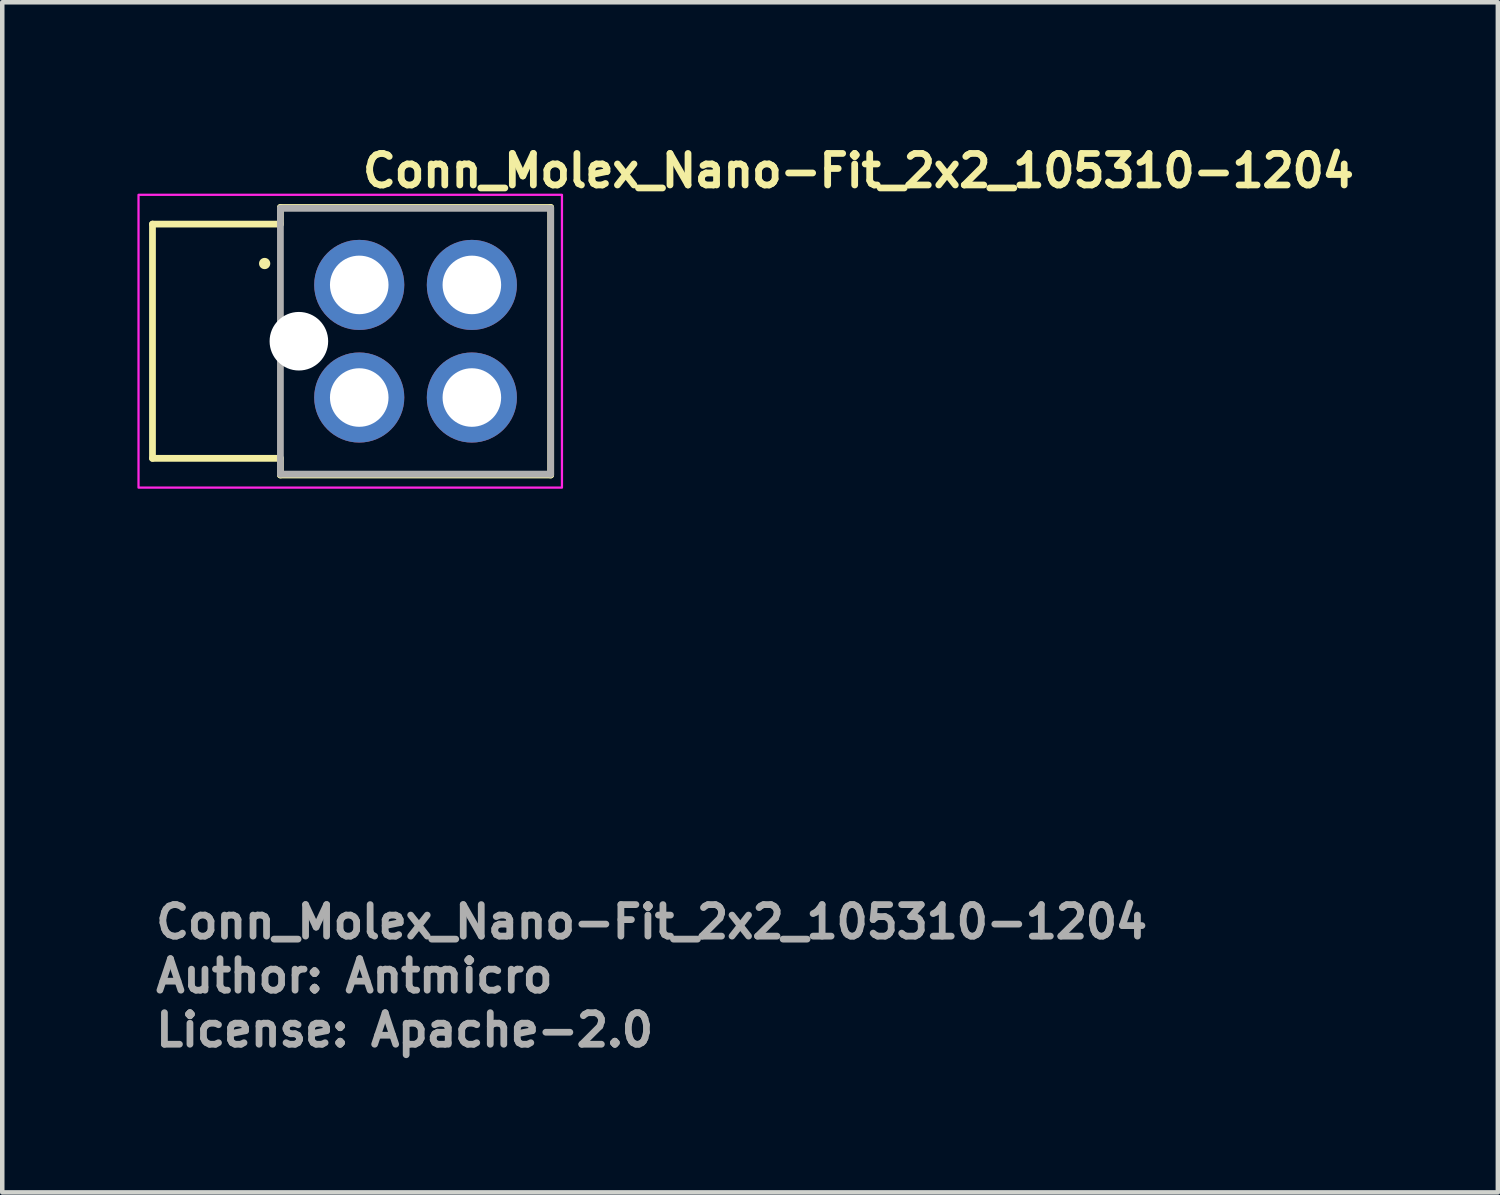
<source format=kicad_pcb>
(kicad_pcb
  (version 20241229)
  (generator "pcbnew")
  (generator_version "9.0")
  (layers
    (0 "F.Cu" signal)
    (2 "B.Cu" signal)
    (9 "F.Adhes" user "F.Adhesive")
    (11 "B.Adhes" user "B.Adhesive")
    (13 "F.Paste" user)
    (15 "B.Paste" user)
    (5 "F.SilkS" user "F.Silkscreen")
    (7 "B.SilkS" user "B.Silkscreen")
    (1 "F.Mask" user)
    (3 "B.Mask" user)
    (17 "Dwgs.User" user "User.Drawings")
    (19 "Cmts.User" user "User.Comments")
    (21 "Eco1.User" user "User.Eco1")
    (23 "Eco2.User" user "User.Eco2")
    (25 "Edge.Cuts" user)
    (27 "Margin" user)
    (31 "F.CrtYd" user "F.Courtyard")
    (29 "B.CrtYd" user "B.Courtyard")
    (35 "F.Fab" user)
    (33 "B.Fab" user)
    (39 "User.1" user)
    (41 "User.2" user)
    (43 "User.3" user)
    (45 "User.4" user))
  (footprint "Conn_Molex_Nano-Fit_2x2_105310-1204"
    (layer "F.Cu")
    (at 4.925 3.275)
    (property "Reference" "Conn_Molex_Nano-Fit_2x2_105310-1204" (at 0 -2.125 0) (layer "F.SilkS") (effects (font (size 0.7 0.7) (thickness 0.15)) (justify left bottom)))
    (attr through_hole)
    (fp_line (start -4.59 -1.35) (end -4.59 3.85) (stroke (width 0.15) (type solid)) (layer "F.SilkS"))
    (fp_line (start -4.59 -1.35) (end -1.75 -1.35) (stroke (width 0.15) (type solid)) (layer "F.SilkS"))
    (fp_line (start -4.59 3.85) (end -1.75 3.85) (stroke (width 0.15) (type solid)) (layer "F.SilkS"))
    (fp_line (start -1.75 -1.72) (end -1.75 -1.35) (stroke (width 0.15) (type solid)) (layer "F.SilkS"))
    (fp_line (start -1.75 4.22) (end -1.75 3.85) (stroke (width 0.15) (type solid)) (layer "F.SilkS"))
    (fp_line (start 4.25 -1.72) (end -1.75 -1.72) (stroke (width 0.15) (type solid)) (layer "F.SilkS"))
    (fp_line (start 4.25 -1.72) (end 4.25 4.22) (stroke (width 0.15) (type solid)) (layer "F.SilkS"))
    (fp_line (start 4.25 4.22) (end -1.75 4.22) (stroke (width 0.15) (type solid)) (layer "F.SilkS"))
    (fp_circle (center -2.1 -0.475) (end -2.05 -0.475) (stroke (width 0.15) (type solid)) (fill yes) (layer "F.SilkS"))
    (fp_rect (start 4.5 4.5) (end -4.9 -2) (stroke (width 0.05) (type solid)) (fill no) (layer "F.CrtYd"))
    (fp_line (start -1.75 -1.7) (end 4.25 -1.7) (stroke (width 0.15) (type solid)) (layer "F.Fab"))
    (fp_line (start -1.75 4.2) (end -1.75 -1.7) (stroke (width 0.15) (type solid)) (layer "F.Fab"))
    (fp_line (start 4.25 -1.7) (end 4.25 4.2) (stroke (width 0.15) (type solid)) (layer "F.Fab"))
    (fp_line (start 4.25 4.2) (end -1.75 4.2) (stroke (width 0.15) (type solid)) (layer "F.Fab"))
    (fp_rect (start 4.22 4.225) (end -4.62 -1.715) (stroke (width 0.1) (type solid)) (fill no) (layer "User.5"))
    (fp_line (start -4.62 3.654) (end -4.62 -1.145) (stroke (width 0.02) (type solid)) (layer "User.9"))
    (fp_line (start -4.62 3.654) (end -4.619 3.665) (stroke (width 0.02) (type solid)) (layer "User.9"))
    (fp_line (start -4.619 -1.155) (end -4.62 -1.145) (stroke (width 0.02) (type solid)) (layer "User.9"))
    (fp_line (start -4.619 3.665) (end -4.618 3.675) (stroke (width 0.02) (type solid)) (layer "User.9"))
    (fp_line (start -4.618 -1.165) (end -4.619 -1.155) (stroke (width 0.02) (type solid)) (layer "User.9"))
    (fp_line (start -4.618 3.675) (end -4.617 3.685) (stroke (width 0.02) (type solid)) (layer "User.9"))
    (fp_line (start -4.617 -1.175) (end -4.618 -1.165) (stroke (width 0.02) (type solid)) (layer "User.9"))
    (fp_line (start -4.617 3.685) (end -4.615 3.695) (stroke (width 0.02) (type solid)) (layer "User.9"))
    (fp_line (start -4.615 -1.185) (end -4.617 -1.175) (stroke (width 0.02) (type solid)) (layer "User.9"))
    (fp_line (start -4.615 3.695) (end -4.613 3.704) (stroke (width 0.02) (type solid)) (layer "User.9"))
    (fp_line (start -4.613 -1.194) (end -4.615 -1.185) (stroke (width 0.02) (type solid)) (layer "User.9"))
    (fp_line (start -4.613 3.704) (end -4.611 3.714) (stroke (width 0.02) (type solid)) (layer "User.9"))
    (fp_line (start -4.611 -1.204) (end -4.613 -1.194) (stroke (width 0.02) (type solid)) (layer "User.9"))
    (fp_line (start -4.611 3.714) (end -4.607 3.723) (stroke (width 0.02) (type solid)) (layer "User.9"))
    (fp_line (start -4.607 -1.213) (end -4.611 -1.204) (stroke (width 0.02) (type solid)) (layer "User.9"))
    (fp_line (start -4.607 3.723) (end -4.604 3.732) (stroke (width 0.02) (type solid)) (layer "User.9"))
    (fp_line (start -4.604 -1.222) (end -4.607 -1.213) (stroke (width 0.02) (type solid)) (layer "User.9"))
    (fp_line (start -4.604 3.732) (end -4.6 3.741) (stroke (width 0.02) (type solid)) (layer "User.9"))
    (fp_line (start -4.6 -1.231) (end -4.604 -1.222) (stroke (width 0.02) (type solid)) (layer "User.9"))
    (fp_line (start -4.6 3.741) (end -4.595 3.75) (stroke (width 0.02) (type solid)) (layer "User.9"))
    (fp_line (start -4.595 -1.24) (end -4.6 -1.231) (stroke (width 0.02) (type solid)) (layer "User.9"))
    (fp_line (start -4.595 3.75) (end -4.591 3.758) (stroke (width 0.02) (type solid)) (layer "User.9"))
    (fp_line (start -4.591 -1.248) (end -4.595 -1.24) (stroke (width 0.02) (type solid)) (layer "User.9"))
    (fp_line (start -4.591 3.758) (end -4.585 3.766) (stroke (width 0.02) (type solid)) (layer "User.9"))
    (fp_line (start -4.585 -1.256) (end -4.591 -1.248) (stroke (width 0.02) (type solid)) (layer "User.9"))
    (fp_line (start -4.585 3.766) (end -4.58 3.774) (stroke (width 0.02) (type solid)) (layer "User.9"))
    (fp_line (start -4.58 -1.264) (end -4.585 -1.256) (stroke (width 0.02) (type solid)) (layer "User.9"))
    (fp_line (start -4.58 3.774) (end -4.574 3.782) (stroke (width 0.02) (type solid)) (layer "User.9"))
    (fp_line (start -4.574 -1.272) (end -4.58 -1.264) (stroke (width 0.02) (type solid)) (layer "User.9"))
    (fp_line (start -4.574 3.782) (end -4.568 3.789) (stroke (width 0.02) (type solid)) (layer "User.9"))
    (fp_line (start -4.568 -1.279) (end -4.574 -1.272) (stroke (width 0.02) (type solid)) (layer "User.9"))
    (fp_line (start -4.568 3.789) (end -4.561 3.796) (stroke (width 0.02) (type solid)) (layer "User.9"))
    (fp_line (start -4.561 -1.286) (end -4.568 -1.279) (stroke (width 0.02) (type solid)) (layer "User.9"))
    (fp_line (start -4.561 3.796) (end -4.554 3.803) (stroke (width 0.02) (type solid)) (layer "User.9"))
    (fp_line (start -4.554 -1.293) (end -4.561 -1.286) (stroke (width 0.02) (type solid)) (layer "User.9"))
    (fp_line (start -4.554 3.803) (end -4.547 3.809) (stroke (width 0.02) (type solid)) (layer "User.9"))
    (fp_line (start -4.547 -1.299) (end -4.554 -1.293) (stroke (width 0.02) (type solid)) (layer "User.9"))
    (fp_line (start -4.547 3.809) (end -4.539 3.815) (stroke (width 0.02) (type solid)) (layer "User.9"))
    (fp_line (start -4.539 -1.305) (end -4.547 -1.299) (stroke (width 0.02) (type solid)) (layer "User.9"))
    (fp_line (start -4.539 3.815) (end -4.531 3.82) (stroke (width 0.02) (type solid)) (layer "User.9"))
    (fp_line (start -4.531 -1.31) (end -4.539 -1.305) (stroke (width 0.02) (type solid)) (layer "User.9"))
    (fp_line (start -4.531 3.82) (end -4.523 3.826) (stroke (width 0.02) (type solid)) (layer "User.9"))
    (fp_line (start -4.523 -1.316) (end -4.531 -1.31) (stroke (width 0.02) (type solid)) (layer "User.9"))
    (fp_line (start -4.523 3.826) (end -4.515 3.83) (stroke (width 0.02) (type solid)) (layer "User.9"))
    (fp_line (start -4.515 -1.32) (end -4.523 -1.316) (stroke (width 0.02) (type solid)) (layer "User.9"))
    (fp_line (start -4.515 3.83) (end -4.506 3.835) (stroke (width 0.02) (type solid)) (layer "User.9"))
    (fp_line (start -4.506 -1.325) (end -4.515 -1.32) (stroke (width 0.02) (type solid)) (layer "User.9"))
    (fp_line (start -4.506 3.835) (end -4.497 3.839) (stroke (width 0.02) (type solid)) (layer "User.9"))
    (fp_line (start -4.497 -1.329) (end -4.506 -1.325) (stroke (width 0.02) (type solid)) (layer "User.9"))
    (fp_line (start -4.497 3.839) (end -4.488 3.842) (stroke (width 0.02) (type solid)) (layer "User.9"))
    (fp_line (start -4.488 -1.332) (end -4.497 -1.329) (stroke (width 0.02) (type solid)) (layer "User.9"))
    (fp_line (start -4.488 3.842) (end -4.479 3.846) (stroke (width 0.02) (type solid)) (layer "User.9"))
    (fp_line (start -4.479 -1.336) (end -4.488 -1.332) (stroke (width 0.02) (type solid)) (layer "User.9"))
    (fp_line (start -4.479 3.846) (end -4.469 3.848) (stroke (width 0.02) (type solid)) (layer "User.9"))
    (fp_line (start -4.469 -1.338) (end -4.479 -1.336) (stroke (width 0.02) (type solid)) (layer "User.9"))
    (fp_line (start -4.469 3.848) (end -4.46 3.85) (stroke (width 0.02) (type solid)) (layer "User.9"))
    (fp_line (start -4.46 -1.34) (end -4.469 -1.338) (stroke (width 0.02) (type solid)) (layer "User.9"))
    (fp_line (start -4.46 3.85) (end -4.45 3.852) (stroke (width 0.02) (type solid)) (layer "User.9"))
    (fp_line (start -4.45 -1.342) (end -4.46 -1.34) (stroke (width 0.02) (type solid)) (layer "User.9"))
    (fp_line (start -4.45 3.852) (end -4.44 3.853) (stroke (width 0.02) (type solid)) (layer "User.9"))
    (fp_line (start -4.44 -1.343) (end -4.45 -1.342) (stroke (width 0.02) (type solid)) (layer "User.9"))
    (fp_line (start -4.44 3.853) (end -4.43 3.854) (stroke (width 0.02) (type solid)) (layer "User.9"))
    (fp_line (start -4.43 -1.344) (end -4.44 -1.343) (stroke (width 0.02) (type solid)) (layer "User.9"))
    (fp_line (start -4.43 3.854) (end -4.42 3.855) (stroke (width 0.02) (type solid)) (layer "User.9"))
    (fp_line (start -4.42 -1.345) (end -4.43 -1.344) (stroke (width 0.02) (type solid)) (layer "User.9"))
    (fp_line (start -4.42 -1.345) (end -4.05 -1.345) (stroke (width 0.02) (type solid)) (layer "User.9"))
    (fp_line (start -4.42 3.855) (end -4.05 3.855) (stroke (width 0.02) (type solid)) (layer "User.9"))
    (fp_line (start -4.05 -1.345) (end -2.59 -1.345) (stroke (width 0.02) (type solid)) (layer "User.9"))
    (fp_line (start -4.05 3.855) (end -4.05 -1.345) (stroke (width 0.02) (type solid)) (layer "User.9"))
    (fp_line (start -4.05 3.855) (end -2.59 3.855) (stroke (width 0.02) (type solid)) (layer "User.9"))
    (fp_line (start -3.769 -0.945) (end -3.769 3.455) (stroke (width 0.02) (type solid)) (layer "User.9"))
    (fp_line (start -2.59 -1.345) (end -1.76 -1.345) (stroke (width 0.02) (type solid)) (layer "User.9"))
    (fp_line (start -2.59 -0.945) (end -3.769 -0.945) (stroke (width 0.02) (type solid)) (layer "User.9"))
    (fp_line (start -2.59 -0.945) (end -2.59 -1.345) (stroke (width 0.02) (type solid)) (layer "User.9"))
    (fp_line (start -2.59 -0.945) (end -1.115 -0.945) (stroke (width 0.02) (type solid)) (layer "User.9"))
    (fp_line (start -2.59 3.455) (end -3.769 3.455) (stroke (width 0.02) (type solid)) (layer "User.9"))
    (fp_line (start -2.59 3.455) (end -1.115 3.455) (stroke (width 0.02) (type solid)) (layer "User.9"))
    (fp_line (start -2.59 3.855) (end -2.59 3.455) (stroke (width 0.02) (type solid)) (layer "User.9"))
    (fp_line (start -2.59 3.855) (end -1.76 3.855) (stroke (width 0.02) (type solid)) (layer "User.9"))
    (fp_line (start -1.76 -1.345) (end -1.76 -1.715) (stroke (width 0.02) (type solid)) (layer "User.9"))
    (fp_line (start -1.76 4.225) (end -1.76 3.855) (stroke (width 0.02) (type solid)) (layer "User.9"))
    (fp_line (start -1.39 -0.075) (end -1.115 -0.075) (stroke (width 0.02) (type solid)) (layer "User.9"))
    (fp_line (start -1.39 2.585) (end -1.39 -0.075) (stroke (width 0.02) (type solid)) (layer "User.9"))
    (fp_line (start -1.115 -1.105) (end -1.115 -0.945) (stroke (width 0.02) (type solid)) (layer "User.9"))
    (fp_line (start -1.115 -1.105) (end 3.575 -1.105) (stroke (width 0.02) (type solid)) (layer "User.9"))
    (fp_line (start -1.115 -0.075) (end -1.115 -0.945) (stroke (width 0.02) (type solid)) (layer "User.9"))
    (fp_line (start -1.115 -0.075) (end -1.115 1.115) (stroke (width 0.02) (type solid)) (layer "User.9"))
    (fp_line (start -1.115 1.115) (end 1.075 1.115) (stroke (width 0.02) (type solid)) (layer "User.9"))
    (fp_line (start -1.115 1.396) (end -1.115 2.585) (stroke (width 0.02) (type solid)) (layer "User.9"))
    (fp_line (start -1.115 2.585) (end -1.39 2.585) (stroke (width 0.02) (type solid)) (layer "User.9"))
    (fp_line (start -1.115 2.585) (end -1.115 3.455) (stroke (width 0.02) (type solid)) (layer "User.9"))
    (fp_line (start -1.115 3.455) (end -1.115 3.615) (stroke (width 0.02) (type solid)) (layer "User.9"))
    (fp_line (start -1.115 3.615) (end 1.075 3.615) (stroke (width 0.02) (type solid)) (layer "User.9"))
    (fp_line (start -0.337 -0.312) (end -0.337 0.323) (stroke (width 0.02) (type solid)) (layer "User.9"))
    (fp_line (start -0.337 -0.312) (end 0.298 -0.312) (stroke (width 0.02) (type solid)) (layer "User.9"))
    (fp_line (start -0.337 0.323) (end -0.187 0.173) (stroke (width 0.02) (type solid)) (layer "User.9"))
    (fp_line (start -0.337 2.188) (end -0.337 2.822) (stroke (width 0.02) (type solid)) (layer "User.9"))
    (fp_line (start -0.337 2.188) (end 0.298 2.188) (stroke (width 0.02) (type solid)) (layer "User.9"))
    (fp_line (start -0.337 2.822) (end -0.187 2.672) (stroke (width 0.02) (type solid)) (layer "User.9"))
    (fp_line (start -0.187 -0.162) (end -0.337 -0.312) (stroke (width 0.02) (type solid)) (layer "User.9"))
    (fp_line (start -0.187 -0.162) (end -0.187 0.173) (stroke (width 0.02) (type solid)) (layer "User.9"))
    (fp_line (start -0.187 -0.162) (end 0.148 -0.162) (stroke (width 0.02) (type solid)) (layer "User.9"))
    (fp_line (start -0.187 2.338) (end -0.337 2.188) (stroke (width 0.02) (type solid)) (layer "User.9"))
    (fp_line (start -0.187 2.338) (end -0.187 2.672) (stroke (width 0.02) (type solid)) (layer "User.9"))
    (fp_line (start -0.187 2.338) (end 0.148 2.338) (stroke (width 0.02) (type solid)) (layer "User.9"))
    (fp_line (start 0.148 -0.162) (end 0.148 0.173) (stroke (width 0.02) (type solid)) (layer "User.9"))
    (fp_line (start 0.148 0.173) (end -0.187 0.173) (stroke (width 0.02) (type solid)) (layer "User.9"))
    (fp_line (start 0.148 0.173) (end 0.298 0.323) (stroke (width 0.02) (type solid)) (layer "User.9"))
    (fp_line (start 0.148 2.338) (end 0.148 2.672) (stroke (width 0.02) (type solid)) (layer "User.9"))
    (fp_line (start 0.148 2.672) (end -0.187 2.672) (stroke (width 0.02) (type solid)) (layer "User.9"))
    (fp_line (start 0.148 2.672) (end 0.298 2.822) (stroke (width 0.02) (type solid)) (layer "User.9"))
    (fp_line (start 0.298 -0.312) (end 0.148 -0.162) (stroke (width 0.02) (type solid)) (layer "User.9"))
    (fp_line (start 0.298 -0.312) (end 0.298 0.323) (stroke (width 0.02) (type solid)) (layer "User.9"))
    (fp_line (start 0.298 0.323) (end -0.337 0.323) (stroke (width 0.02) (type solid)) (layer "User.9"))
    (fp_line (start 0.298 2.188) (end 0.148 2.338) (stroke (width 0.02) (type solid)) (layer "User.9"))
    (fp_line (start 0.298 2.188) (end 0.298 2.822) (stroke (width 0.02) (type solid)) (layer "User.9"))
    (fp_line (start 0.298 2.822) (end -0.337 2.822) (stroke (width 0.02) (type solid)) (layer "User.9"))
    (fp_line (start 1.075 -1.105) (end 1.075 -0.395) (stroke (width 0.02) (type solid)) (layer "User.9"))
    (fp_line (start 1.075 -0.395) (end 1.385 -0.395) (stroke (width 0.02) (type solid)) (layer "User.9"))
    (fp_line (start 1.075 0.205) (end 1.075 -0.395) (stroke (width 0.02) (type solid)) (layer "User.9"))
    (fp_line (start 1.075 1.115) (end 1.075 0.205) (stroke (width 0.02) (type solid)) (layer "User.9"))
    (fp_line (start 1.075 1.396) (end -1.115 1.396) (stroke (width 0.02) (type solid)) (layer "User.9"))
    (fp_line (start 1.075 3.615) (end 1.075 1.396) (stroke (width 0.02) (type solid)) (layer "User.9"))
    (fp_line (start 1.385 -1.105) (end 1.385 -0.395) (stroke (width 0.02) (type solid)) (layer "User.9"))
    (fp_line (start 1.385 0.205) (end 1.075 0.205) (stroke (width 0.02) (type solid)) (layer "User.9"))
    (fp_line (start 1.385 0.205) (end 1.385 -0.395) (stroke (width 0.02) (type solid)) (layer "User.9"))
    (fp_line (start 1.385 0.205) (end 1.385 1.115) (stroke (width 0.02) (type solid)) (layer "User.9"))
    (fp_line (start 1.385 1.115) (end 3.575 1.115) (stroke (width 0.02) (type solid)) (layer "User.9"))
    (fp_line (start 1.385 1.396) (end 1.385 3.615) (stroke (width 0.02) (type solid)) (layer "User.9"))
    (fp_line (start 1.385 3.615) (end 3.575 3.615) (stroke (width 0.02) (type solid)) (layer "User.9"))
    (fp_line (start 2.163 -0.312) (end 2.163 0.323) (stroke (width 0.02) (type solid)) (layer "User.9"))
    (fp_line (start 2.163 -0.312) (end 2.797 -0.312) (stroke (width 0.02) (type solid)) (layer "User.9"))
    (fp_line (start 2.163 2.188) (end 2.163 2.822) (stroke (width 0.02) (type solid)) (layer "User.9"))
    (fp_line (start 2.163 2.188) (end 2.797 2.188) (stroke (width 0.02) (type solid)) (layer "User.9"))
    (fp_line (start 2.313 -0.162) (end 2.163 -0.312) (stroke (width 0.02) (type solid)) (layer "User.9"))
    (fp_line (start 2.313 -0.162) (end 2.313 0.173) (stroke (width 0.02) (type solid)) (layer "User.9"))
    (fp_line (start 2.313 -0.162) (end 2.647 -0.162) (stroke (width 0.02) (type solid)) (layer "User.9"))
    (fp_line (start 2.313 0.173) (end 2.163 0.323) (stroke (width 0.02) (type solid)) (layer "User.9"))
    (fp_line (start 2.313 2.338) (end 2.163 2.188) (stroke (width 0.02) (type solid)) (layer "User.9"))
    (fp_line (start 2.313 2.338) (end 2.313 2.672) (stroke (width 0.02) (type solid)) (layer "User.9"))
    (fp_line (start 2.313 2.338) (end 2.647 2.338) (stroke (width 0.02) (type solid)) (layer "User.9"))
    (fp_line (start 2.313 2.672) (end 2.163 2.822) (stroke (width 0.02) (type solid)) (layer "User.9"))
    (fp_line (start 2.647 -0.162) (end 2.647 0.173) (stroke (width 0.02) (type solid)) (layer "User.9"))
    (fp_line (start 2.647 -0.162) (end 2.797 -0.312) (stroke (width 0.02) (type solid)) (layer "User.9"))
    (fp_line (start 2.647 0.173) (end 2.313 0.173) (stroke (width 0.02) (type solid)) (layer "User.9"))
    (fp_line (start 2.647 0.173) (end 2.797 0.323) (stroke (width 0.02) (type solid)) (layer "User.9"))
    (fp_line (start 2.647 2.338) (end 2.647 2.672) (stroke (width 0.02) (type solid)) (layer "User.9"))
    (fp_line (start 2.647 2.338) (end 2.797 2.188) (stroke (width 0.02) (type solid)) (layer "User.9"))
    (fp_line (start 2.647 2.672) (end 2.313 2.672) (stroke (width 0.02) (type solid)) (layer "User.9"))
    (fp_line (start 2.647 2.672) (end 2.797 2.822) (stroke (width 0.02) (type solid)) (layer "User.9"))
    (fp_line (start 2.797 -0.312) (end 2.797 0.323) (stroke (width 0.02) (type solid)) (layer "User.9"))
    (fp_line (start 2.797 0.323) (end 2.163 0.323) (stroke (width 0.02) (type solid)) (layer "User.9"))
    (fp_line (start 2.797 2.188) (end 2.797 2.822) (stroke (width 0.02) (type solid)) (layer "User.9"))
    (fp_line (start 2.797 2.822) (end 2.163 2.822) (stroke (width 0.02) (type solid)) (layer "User.9"))
    (fp_line (start 3.575 1.115) (end 3.575 -1.105) (stroke (width 0.02) (type solid)) (layer "User.9"))
    (fp_line (start 3.575 1.396) (end 1.385 1.396) (stroke (width 0.02) (type solid)) (layer "User.9"))
    (fp_line (start 3.575 3.615) (end 3.575 1.396) (stroke (width 0.02) (type solid)) (layer "User.9"))
    (fp_line (start 4.22 -1.715) (end -1.76 -1.715) (stroke (width 0.02) (type solid)) (layer "User.9"))
    (fp_line (start 4.22 4.225) (end -1.76 4.225) (stroke (width 0.02) (type solid)) (layer "User.9"))
    (fp_line (start 4.22 4.225) (end 4.22 -1.715) (stroke (width 0.02) (type solid)) (layer "User.9"))
    (fp_text user "${REFERENCE}" (at -4.59 14.55 0) (layer "F.Fab") (effects (font (size 0.7 0.7) (thickness 0.15)) (justify left bottom)))
    (fp_text user "Author: Antmicro" (at -4.59 15.75 0) (layer "F.Fab") (effects (font (size 0.7 0.7) (thickness 0.15)) (justify left bottom)))
    (fp_text user "License: Apache-2.0" (at -4.59 16.95 0) (layer "F.Fab") (effects (font (size 0.7 0.7) (thickness 0.15)) (justify left bottom)))
    (pad "" np_thru_hole circle (at -1.34 1.25 270) (size 1.3 1.3) (drill 1.3) (layers "*.Cu" "*.Mask"))
    (pad "1" thru_hole circle (at 0 0 270) (size 2 2) (drill 1.3) (layers "*.Cu" "*.Mask"))
    (pad "2" thru_hole circle (at 0 2.5 270) (size 2 2) (drill 1.3) (layers "*.Cu" "*.Mask"))
    (pad "3" thru_hole circle (at 2.5 0 270) (size 2 2) (drill 1.3) (layers "*.Cu" "*.Mask"))
    (pad "4" thru_hole circle (at 2.5 2.5 270) (size 2 2) (drill 1.3) (layers "*.Cu" "*.Mask")))
  (gr_rect
    (start -3 -3)
    (end 30.202 23.421)
    (stroke (width 0.1) (type default))
    (fill no)
    (layer "Edge.Cuts")))
</source>
